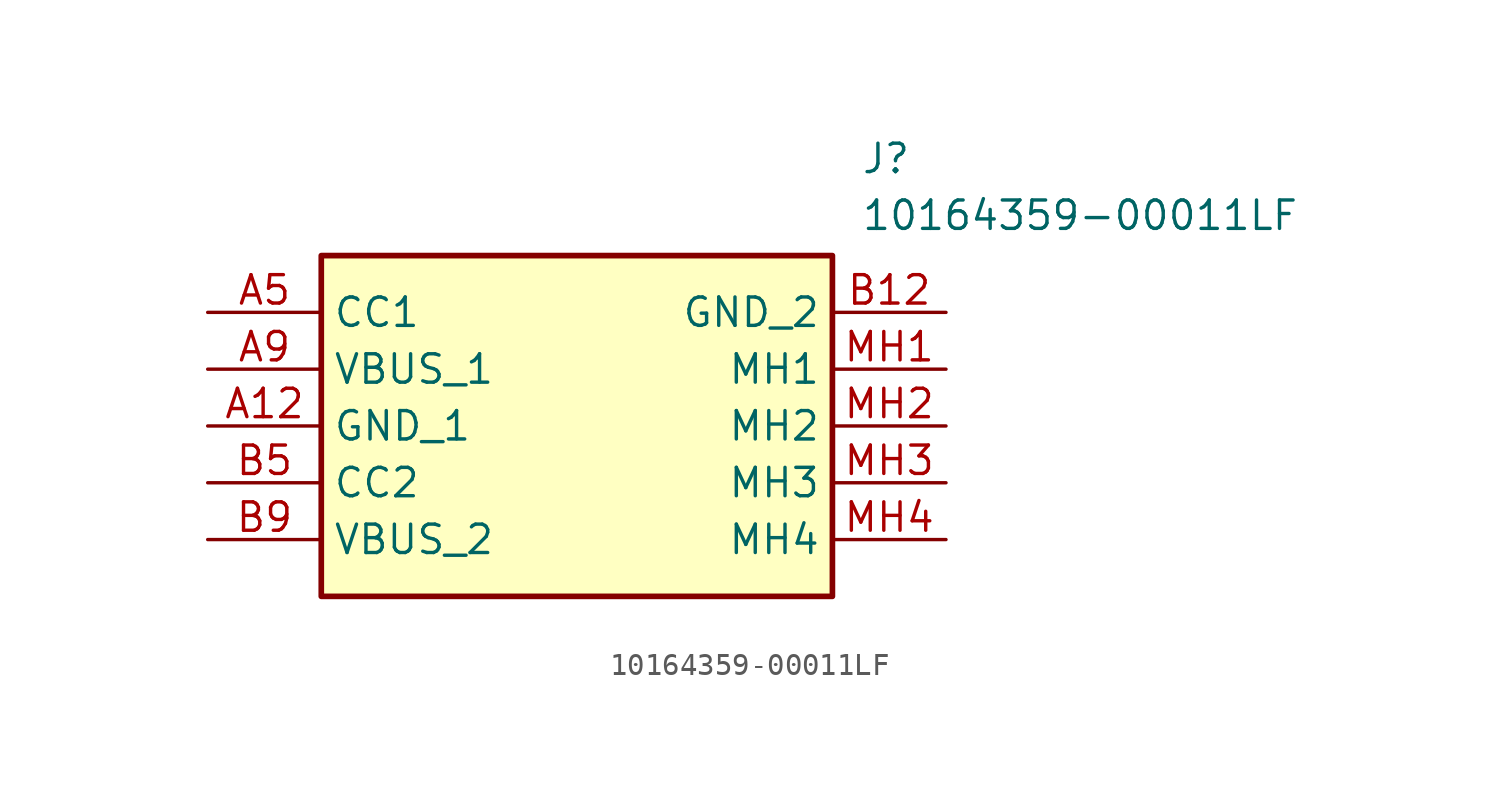
<source format=kicad_sym>
(kicad_symbol_lib
  (version 20211014)
  (generator SamacSys_ECAD_Model)
  (symbol "10164359-00011LF"
    (property "Reference" "J"
      (at 29.21 7.62 0)
      (effects (font (size 1.27 1.27)) (justify left top)))
    (property "Value" "10164359-00011LF"
      (at 29.21 5.08 0)
      (effects (font (size 1.27 1.27)) (justify left top)))
    (rectangle
      (start 5.08 2.54)
      (end 27.94 -12.7)
      (stroke (width 0.254) (type default))
      (fill (type background)))
    (pin passive line
      (at 0 0 0)
      (length 5.08)
      (name "CC1" (effects (font (size 1.27 1.27))))
      (number "A5" (effects (font (size 1.27 1.27)))))
    (pin passive line
      (at 0 -2.54 0)
      (length 5.08)
      (name "VBUS_1" (effects (font (size 1.27 1.27))))
      (number "A9" (effects (font (size 1.27 1.27)))))
    (pin passive line
      (at 0 -5.08 0)
      (length 5.08)
      (name "GND_1" (effects (font (size 1.27 1.27))))
      (number "A12" (effects (font (size 1.27 1.27)))))
    (pin passive line
      (at 0 -7.62 0)
      (length 5.08)
      (name "CC2" (effects (font (size 1.27 1.27))))
      (number "B5" (effects (font (size 1.27 1.27)))))
    (pin passive line
      (at 0 -10.16 0)
      (length 5.08)
      (name "VBUS_2" (effects (font (size 1.27 1.27))))
      (number "B9" (effects (font (size 1.27 1.27)))))
    (pin passive line
      (at 33.02 0 180)
      (length 5.08)
      (name "GND_2" (effects (font (size 1.27 1.27))))
      (number "B12" (effects (font (size 1.27 1.27)))))
    (pin passive line
      (at 33.02 -2.54 180)
      (length 5.08)
      (name "MH1" (effects (font (size 1.27 1.27))))
      (number "MH1" (effects (font (size 1.27 1.27)))))
    (pin passive line
      (at 33.02 -5.08 180)
      (length 5.08)
      (name "MH2" (effects (font (size 1.27 1.27))))
      (number "MH2" (effects (font (size 1.27 1.27)))))
    (pin passive line
      (at 33.02 -7.62 180)
      (length 5.08)
      (name "MH3" (effects (font (size 1.27 1.27))))
      (number "MH3" (effects (font (size 1.27 1.27)))))
    (pin passive line
      (at 33.02 -10.16 180)
      (length 5.08)
      (name "MH4" (effects (font (size 1.27 1.27))))
      (number "MH4" (effects (font (size 1.27 1.27)))))))
</source>
